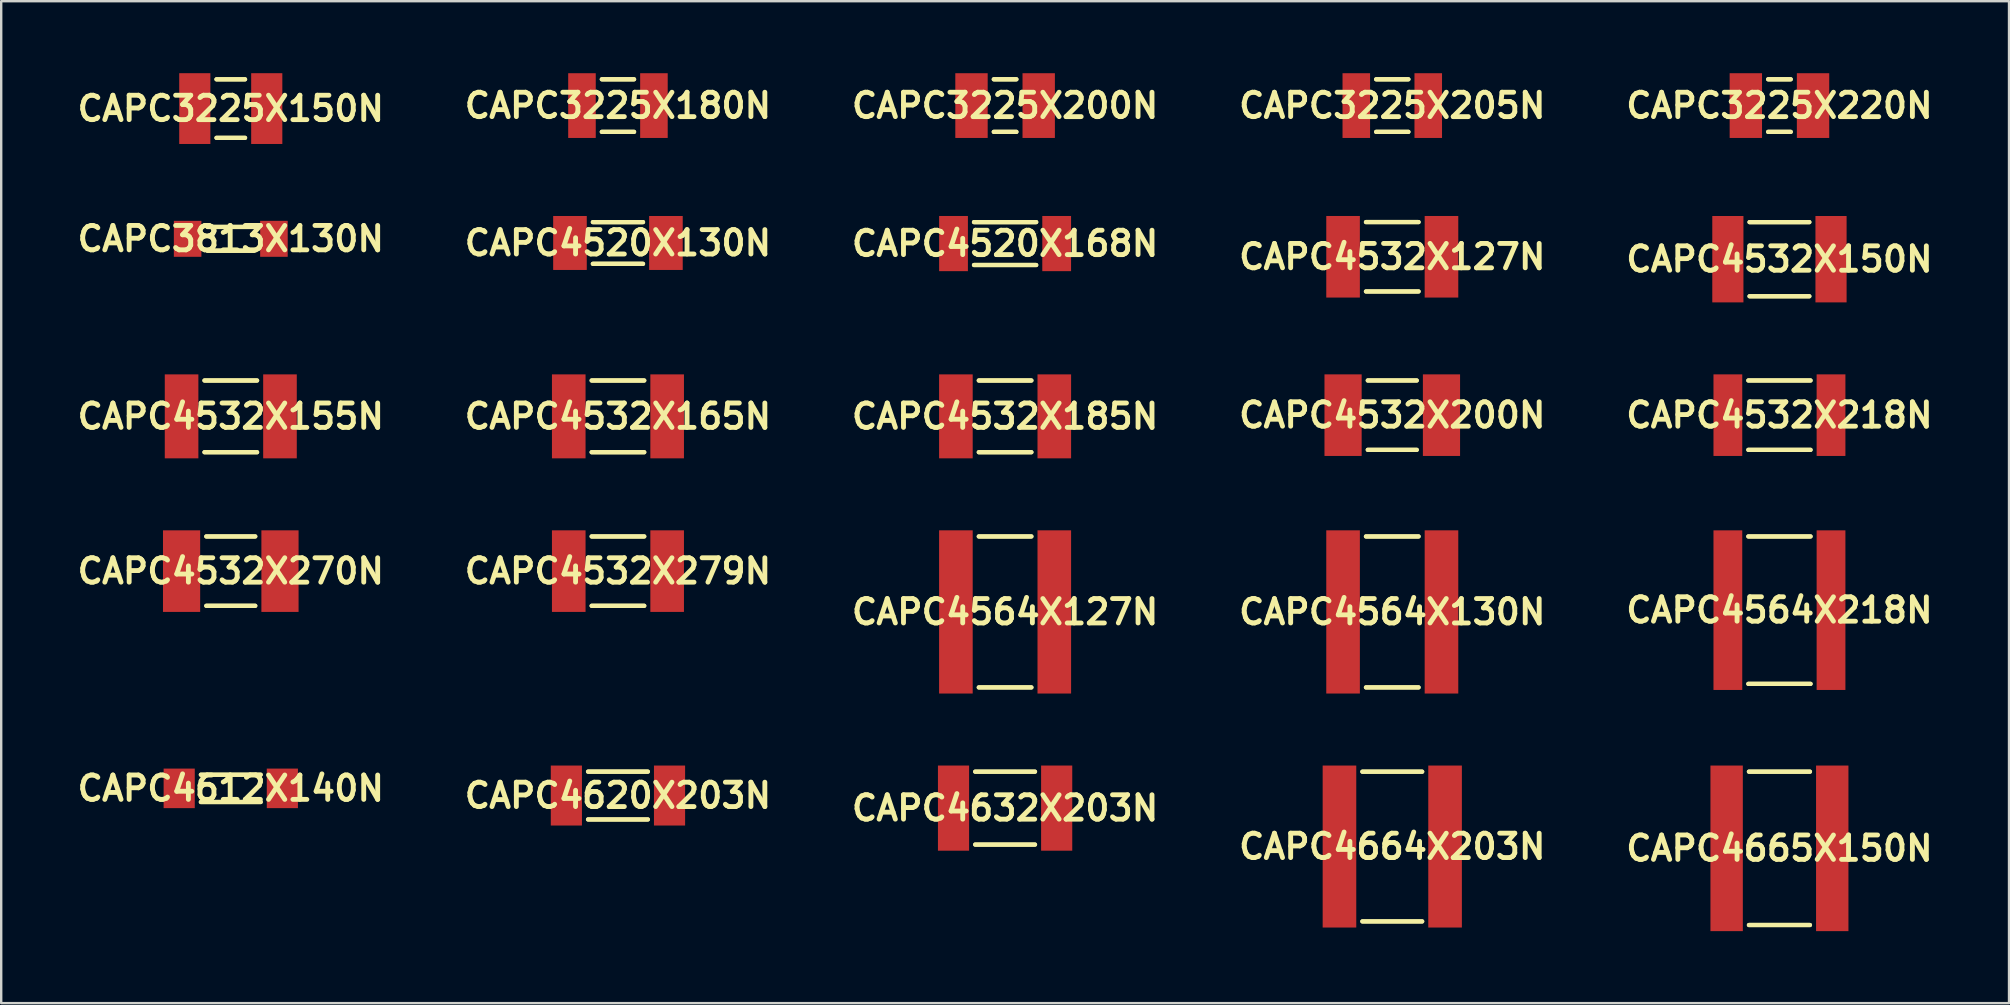
<source format=kicad_pcb>
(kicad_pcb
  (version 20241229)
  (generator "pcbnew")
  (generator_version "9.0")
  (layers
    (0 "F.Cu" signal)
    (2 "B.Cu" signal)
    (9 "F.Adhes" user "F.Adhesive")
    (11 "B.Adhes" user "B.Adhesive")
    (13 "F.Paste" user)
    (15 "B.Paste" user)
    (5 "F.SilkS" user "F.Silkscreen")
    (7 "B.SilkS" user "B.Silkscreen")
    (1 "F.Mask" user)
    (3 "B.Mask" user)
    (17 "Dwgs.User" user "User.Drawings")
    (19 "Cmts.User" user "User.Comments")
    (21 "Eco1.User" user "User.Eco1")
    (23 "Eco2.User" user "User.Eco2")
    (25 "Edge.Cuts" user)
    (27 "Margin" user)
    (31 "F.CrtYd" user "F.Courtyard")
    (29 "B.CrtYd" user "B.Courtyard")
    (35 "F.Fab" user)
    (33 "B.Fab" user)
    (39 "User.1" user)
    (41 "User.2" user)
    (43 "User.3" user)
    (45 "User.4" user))
  (footprint "CAPC4532X279N"
    (layer "F.Cu")
    (at 22.696 20.745)
    (property "Reference" "CAPC4532X279N" (at 0 0 0) (layer "F.SilkS") (effects (font (size 1.016 1.016) (thickness 0.203))))
    (attr smd)
    (fp_line (start -1.095 -1.445) (end 1.095 -1.445) (stroke (width 0.178) (type solid)) (layer "F.SilkS"))
    (fp_line (start -1.095 1.445) (end 1.095 1.445) (stroke (width 0.178) (type solid)) (layer "F.SilkS"))
    (fp_line (start 1.095 -1.445) (end -1.095 -1.445) (stroke (width 0.178) (type solid)) (layer "F.SilkS"))
    (fp_line (start 1.095 1.445) (end -1.095 1.445) (stroke (width 0.178) (type solid)) (layer "F.SilkS"))
    (pad "1" smd rect (at -2.05 0) (size 1.4 3.399) (layers "F.Cu" "F.Mask" "F.Paste"))
    (pad "2" smd rect (at 2.05 0) (size 1.4 3.399) (layers "F.Cu" "F.Mask" "F.Paste")))
  (footprint "CAPC4564X127N"
    (layer "F.Cu")
    (at 38.826 22.445)
    (property "Reference" "CAPC4564X127N" (at 0 0 0) (layer "F.SilkS") (effects (font (size 1.016 1.016) (thickness 0.203))))
    (attr smd)
    (fp_line (start -1.095 -3.145) (end 1.095 -3.145) (stroke (width 0.178) (type solid)) (layer "F.SilkS"))
    (fp_line (start -1.095 3.145) (end 1.095 3.145) (stroke (width 0.178) (type solid)) (layer "F.SilkS"))
    (fp_line (start 1.095 -3.145) (end -1.095 -3.145) (stroke (width 0.178) (type solid)) (layer "F.SilkS"))
    (fp_line (start 1.095 3.145) (end -1.095 3.145) (stroke (width 0.178) (type solid)) (layer "F.SilkS"))
    (pad "1" smd rect (at -2.05 0) (size 1.4 6.8) (layers "F.Cu" "F.Mask" "F.Paste"))
    (pad "2" smd rect (at 2.05 0) (size 1.4 6.8) (layers "F.Cu" "F.Mask" "F.Paste")))
  (footprint "CAPC4632X203N"
    (layer "F.Cu")
    (at 38.826 30.619)
    (property "Reference" "CAPC4632X203N" (at 0 0 0) (layer "F.SilkS") (effects (font (size 1.016 1.016) (thickness 0.203))))
    (attr smd)
    (fp_line (start -1.245 -1.519) (end 1.245 -1.519) (stroke (width 0.178) (type solid)) (layer "F.SilkS"))
    (fp_line (start -1.245 1.519) (end 1.245 1.519) (stroke (width 0.178) (type solid)) (layer "F.SilkS"))
    (fp_line (start 1.245 -1.519) (end -1.245 -1.519) (stroke (width 0.178) (type solid)) (layer "F.SilkS"))
    (fp_line (start 1.245 1.519) (end -1.245 1.519) (stroke (width 0.178) (type solid)) (layer "F.SilkS"))
    (pad "1" smd rect (at -2.149 0) (size 1.298 3.548) (layers "F.Cu" "F.Mask" "F.Paste"))
    (pad "2" smd rect (at 2.149 0) (size 1.298 3.548) (layers "F.Cu" "F.Mask" "F.Paste")))
  (footprint "CAPC4520X130N"
    (layer "F.Cu")
    (at 22.696 7.073)
    (property "Reference" "CAPC4520X130N" (at 0 0 0) (layer "F.SilkS") (effects (font (size 1.016 1.016) (thickness 0.203))))
    (attr smd)
    (fp_line (start -1.044 -0.869) (end 1.044 -0.869) (stroke (width 0.178) (type solid)) (layer "F.SilkS"))
    (fp_line (start -1.044 0.869) (end 1.044 0.869) (stroke (width 0.178) (type solid)) (layer "F.SilkS"))
    (fp_line (start 1.044 -0.869) (end -1.044 -0.869) (stroke (width 0.178) (type solid)) (layer "F.SilkS"))
    (fp_line (start 1.044 0.869) (end -1.044 0.869) (stroke (width 0.178) (type solid)) (layer "F.SilkS"))
    (pad "1" smd rect (at -1.999 0) (size 1.4 2.248) (layers "F.Cu" "F.Mask" "F.Paste"))
    (pad "2" smd rect (at 1.999 0) (size 1.4 2.248) (layers "F.Cu" "F.Mask" "F.Paste")))
  (footprint "CAPC4532X185N"
    (layer "F.Cu")
    (at 38.826 14.297)
    (property "Reference" "CAPC4532X185N" (at 0 0 0) (layer "F.SilkS") (effects (font (size 1.016 1.016) (thickness 0.203))))
    (attr smd)
    (fp_line (start -1.095 -1.494) (end 1.095 -1.494) (stroke (width 0.178) (type solid)) (layer "F.SilkS"))
    (fp_line (start -1.095 1.494) (end 1.095 1.494) (stroke (width 0.178) (type solid)) (layer "F.SilkS"))
    (fp_line (start 1.095 -1.494) (end -1.095 -1.494) (stroke (width 0.178) (type solid)) (layer "F.SilkS"))
    (fp_line (start 1.095 1.494) (end -1.095 1.494) (stroke (width 0.178) (type solid)) (layer "F.SilkS"))
    (pad "1" smd rect (at -2.05 0) (size 1.4 3.498) (layers "F.Cu" "F.Mask" "F.Paste"))
    (pad "2" smd rect (at 2.05 0) (size 1.4 3.498) (layers "F.Cu" "F.Mask" "F.Paste")))
  (footprint "CAPC4532X200N"
    (layer "F.Cu")
    (at 54.957 14.247)
    (property "Reference" "CAPC4532X200N" (at 0 0 0) (layer "F.SilkS") (effects (font (size 1.016 1.016) (thickness 0.203))))
    (attr smd)
    (fp_line (start -1.019 -1.445) (end 1.019 -1.445) (stroke (width 0.178) (type solid)) (layer "F.SilkS"))
    (fp_line (start -1.019 1.445) (end 1.019 1.445) (stroke (width 0.178) (type solid)) (layer "F.SilkS"))
    (fp_line (start 1.019 -1.445) (end -1.019 -1.445) (stroke (width 0.178) (type solid)) (layer "F.SilkS"))
    (fp_line (start 1.019 1.445) (end -1.019 1.445) (stroke (width 0.178) (type solid)) (layer "F.SilkS"))
    (pad "1" smd rect (at -2.05 0) (size 1.549 3.399) (layers "F.Cu" "F.Mask" "F.Paste"))
    (pad "2" smd rect (at 2.05 0) (size 1.549 3.399) (layers "F.Cu" "F.Mask" "F.Paste")))
  (footprint "CAPC4532X127N"
    (layer "F.Cu")
    (at 54.957 7.648)
    (property "Reference" "CAPC4532X127N" (at 0 0 0) (layer "F.SilkS") (effects (font (size 1.016 1.016) (thickness 0.203))))
    (attr smd)
    (fp_line (start -1.095 -1.445) (end 1.095 -1.445) (stroke (width 0.178) (type solid)) (layer "F.SilkS"))
    (fp_line (start -1.095 1.445) (end 1.095 1.445) (stroke (width 0.178) (type solid)) (layer "F.SilkS"))
    (fp_line (start 1.095 -1.445) (end -1.095 -1.445) (stroke (width 0.178) (type solid)) (layer "F.SilkS"))
    (fp_line (start 1.095 1.445) (end -1.095 1.445) (stroke (width 0.178) (type solid)) (layer "F.SilkS"))
    (pad "1" smd rect (at -2.05 0) (size 1.4 3.399) (layers "F.Cu" "F.Mask" "F.Paste"))
    (pad "2" smd rect (at 2.05 0) (size 1.4 3.399) (layers "F.Cu" "F.Mask" "F.Paste")))
  (footprint "CAPC3225X200N"
    (layer "F.Cu")
    (at 38.826 1.349)
    (property "Reference" "CAPC3225X200N" (at 0 0 0) (layer "F.SilkS") (effects (font (size 1.016 1.016) (thickness 0.203))))
    (attr smd)
    (fp_line (start -0.47 -1.095) (end 0.47 -1.095) (stroke (width 0.178) (type solid)) (layer "F.SilkS"))
    (fp_line (start -0.47 1.095) (end 0.47 1.095) (stroke (width 0.178) (type solid)) (layer "F.SilkS"))
    (fp_line (start 0.47 -1.095) (end -0.47 -1.095) (stroke (width 0.178) (type solid)) (layer "F.SilkS"))
    (fp_line (start 0.47 1.095) (end -0.47 1.095) (stroke (width 0.178) (type solid)) (layer "F.SilkS"))
    (pad "1" smd rect (at -1.4 0) (size 1.349 2.697) (layers "F.Cu" "F.Mask" "F.Paste"))
    (pad "2" smd rect (at 1.4 0) (size 1.349 2.697) (layers "F.Cu" "F.Mask" "F.Paste")))
  (footprint "CAPC3225X180N"
    (layer "F.Cu")
    (at 22.696 1.349)
    (property "Reference" "CAPC3225X180N" (at 0 0 0) (layer "F.SilkS") (effects (font (size 1.016 1.016) (thickness 0.203))))
    (attr smd)
    (fp_line (start -0.671 -1.095) (end 0.671 -1.095) (stroke (width 0.178) (type solid)) (layer "F.SilkS"))
    (fp_line (start -0.671 1.095) (end 0.671 1.095) (stroke (width 0.178) (type solid)) (layer "F.SilkS"))
    (fp_line (start 0.671 -1.095) (end -0.671 -1.095) (stroke (width 0.178) (type solid)) (layer "F.SilkS"))
    (fp_line (start 0.671 1.095) (end -0.671 1.095) (stroke (width 0.178) (type solid)) (layer "F.SilkS"))
    (pad "1" smd rect (at -1.499 0) (size 1.148 2.697) (layers "F.Cu" "F.Mask" "F.Paste"))
    (pad "2" smd rect (at 1.499 0) (size 1.148 2.697) (layers "F.Cu" "F.Mask" "F.Paste")))
  (footprint "CAPC4612X140N"
    (layer "F.Cu")
    (at 6.565 29.796)
    (property "Reference" "CAPC4612X140N" (at 0 0 0) (layer "F.SilkS") (effects (font (size 1.016 1.016) (thickness 0.203))))
    (attr smd)
    (fp_line (start -1.245 -0.569) (end 1.245 -0.569) (stroke (width 0.178) (type solid)) (layer "F.SilkS"))
    (fp_line (start -1.245 0.569) (end 1.245 0.569) (stroke (width 0.178) (type solid)) (layer "F.SilkS"))
    (fp_line (start 1.245 -0.569) (end -1.245 -0.569) (stroke (width 0.178) (type solid)) (layer "F.SilkS"))
    (fp_line (start 1.245 0.569) (end -1.245 0.569) (stroke (width 0.178) (type solid)) (layer "F.SilkS"))
    (pad "1" smd rect (at -2.149 0) (size 1.298 1.648) (layers "F.Cu" "F.Mask" "F.Paste"))
    (pad "2" smd rect (at 2.149 0) (size 1.298 1.648) (layers "F.Cu" "F.Mask" "F.Paste")))
  (footprint "CAPC4564X130N"
    (layer "F.Cu")
    (at 54.957 22.445)
    (property "Reference" "CAPC4564X130N" (at 0 0 0) (layer "F.SilkS") (effects (font (size 1.016 1.016) (thickness 0.203))))
    (attr smd)
    (fp_line (start -1.095 -3.145) (end 1.095 -3.145) (stroke (width 0.178) (type solid)) (layer "F.SilkS"))
    (fp_line (start -1.095 3.145) (end 1.095 3.145) (stroke (width 0.178) (type solid)) (layer "F.SilkS"))
    (fp_line (start 1.095 -3.145) (end -1.095 -3.145) (stroke (width 0.178) (type solid)) (layer "F.SilkS"))
    (fp_line (start 1.095 3.145) (end -1.095 3.145) (stroke (width 0.178) (type solid)) (layer "F.SilkS"))
    (pad "1" smd rect (at -2.05 0) (size 1.4 6.8) (layers "F.Cu" "F.Mask" "F.Paste"))
    (pad "2" smd rect (at 2.05 0) (size 1.4 6.8) (layers "F.Cu" "F.Mask" "F.Paste")))
  (footprint "CAPC4532X270N"
    (layer "F.Cu")
    (at 6.565 20.745)
    (property "Reference" "CAPC4532X270N" (at 0 0 0) (layer "F.SilkS") (effects (font (size 1.016 1.016) (thickness 0.203))))
    (attr smd)
    (fp_line (start -1.019 -1.445) (end 1.019 -1.445) (stroke (width 0.178) (type solid)) (layer "F.SilkS"))
    (fp_line (start -1.019 1.445) (end 1.019 1.445) (stroke (width 0.178) (type solid)) (layer "F.SilkS"))
    (fp_line (start 1.019 -1.445) (end -1.019 -1.445) (stroke (width 0.178) (type solid)) (layer "F.SilkS"))
    (fp_line (start 1.019 1.445) (end -1.019 1.445) (stroke (width 0.178) (type solid)) (layer "F.SilkS"))
    (pad "1" smd rect (at -2.05 0) (size 1.549 3.399) (layers "F.Cu" "F.Mask" "F.Paste"))
    (pad "2" smd rect (at 2.05 0) (size 1.549 3.399) (layers "F.Cu" "F.Mask" "F.Paste")))
  (footprint "CAPC4620X203N"
    (layer "F.Cu")
    (at 22.696 30.095)
    (property "Reference" "CAPC4620X203N" (at 0 0 0) (layer "F.SilkS") (effects (font (size 1.016 1.016) (thickness 0.203))))
    (attr smd)
    (fp_line (start -1.245 -0.996) (end 1.245 -0.996) (stroke (width 0.178) (type solid)) (layer "F.SilkS"))
    (fp_line (start -1.245 0.996) (end 1.245 0.996) (stroke (width 0.178) (type solid)) (layer "F.SilkS"))
    (fp_line (start 1.245 -0.996) (end -1.245 -0.996) (stroke (width 0.178) (type solid)) (layer "F.SilkS"))
    (fp_line (start 1.245 0.996) (end -1.245 0.996) (stroke (width 0.178) (type solid)) (layer "F.SilkS"))
    (pad "1" smd rect (at -2.149 0) (size 1.298 2.499) (layers "F.Cu" "F.Mask" "F.Paste"))
    (pad "2" smd rect (at 2.149 0) (size 1.298 2.499) (layers "F.Cu" "F.Mask" "F.Paste")))
  (footprint "CAPC4564X218N"
    (layer "F.Cu")
    (at 71.088 22.371)
    (property "Reference" "CAPC4564X218N" (at 0 0 0) (layer "F.SilkS") (effects (font (size 1.016 1.016) (thickness 0.203))))
    (attr smd)
    (fp_line (start -1.295 -3.071) (end 1.295 -3.071) (stroke (width 0.178) (type solid)) (layer "F.SilkS"))
    (fp_line (start -1.295 3.071) (end 1.295 3.071) (stroke (width 0.178) (type solid)) (layer "F.SilkS"))
    (fp_line (start 1.295 -3.071) (end -1.295 -3.071) (stroke (width 0.178) (type solid)) (layer "F.SilkS"))
    (fp_line (start 1.295 3.071) (end -1.295 3.071) (stroke (width 0.178) (type solid)) (layer "F.SilkS"))
    (pad "1" smd rect (at -2.149 0) (size 1.199 6.65) (layers "F.Cu" "F.Mask" "F.Paste"))
    (pad "2" smd rect (at 2.149 0) (size 1.199 6.65) (layers "F.Cu" "F.Mask" "F.Paste")))
  (footprint "CAPC4532X218N"
    (layer "F.Cu")
    (at 71.088 14.247)
    (property "Reference" "CAPC4532X218N" (at 0 0 0) (layer "F.SilkS") (effects (font (size 1.016 1.016) (thickness 0.203))))
    (attr smd)
    (fp_line (start -1.295 -1.445) (end 1.295 -1.445) (stroke (width 0.178) (type solid)) (layer "F.SilkS"))
    (fp_line (start -1.295 1.445) (end 1.295 1.445) (stroke (width 0.178) (type solid)) (layer "F.SilkS"))
    (fp_line (start 1.295 -1.445) (end -1.295 -1.445) (stroke (width 0.178) (type solid)) (layer "F.SilkS"))
    (fp_line (start 1.295 1.445) (end -1.295 1.445) (stroke (width 0.178) (type solid)) (layer "F.SilkS"))
    (pad "1" smd rect (at -2.149 0) (size 1.199 3.399) (layers "F.Cu" "F.Mask" "F.Paste"))
    (pad "2" smd rect (at 2.149 0) (size 1.199 3.399) (layers "F.Cu" "F.Mask" "F.Paste")))
  (footprint "CAPC4665X150N"
    (layer "F.Cu")
    (at 71.088 32.295)
    (property "Reference" "CAPC4665X150N" (at 0 0 0) (layer "F.SilkS") (effects (font (size 1.016 1.016) (thickness 0.203))))
    (attr smd)
    (fp_line (start -1.27 -3.195) (end 1.27 -3.195) (stroke (width 0.178) (type solid)) (layer "F.SilkS"))
    (fp_line (start -1.27 3.195) (end 1.27 3.195) (stroke (width 0.178) (type solid)) (layer "F.SilkS"))
    (fp_line (start 1.27 -3.195) (end -1.27 -3.195) (stroke (width 0.178) (type solid)) (layer "F.SilkS"))
    (fp_line (start 1.27 3.195) (end -1.27 3.195) (stroke (width 0.178) (type solid)) (layer "F.SilkS"))
    (pad "1" smd rect (at -2.2 0) (size 1.349 6.899) (layers "F.Cu" "F.Mask" "F.Paste"))
    (pad "2" smd rect (at 2.2 0) (size 1.349 6.899) (layers "F.Cu" "F.Mask" "F.Paste")))
  (footprint "CAPC3225X220N"
    (layer "F.Cu")
    (at 71.088 1.349)
    (property "Reference" "CAPC3225X220N" (at 0 0 0) (layer "F.SilkS") (effects (font (size 1.016 1.016) (thickness 0.203))))
    (attr smd)
    (fp_line (start -0.47 -1.095) (end 0.47 -1.095) (stroke (width 0.178) (type solid)) (layer "F.SilkS"))
    (fp_line (start -0.47 1.095) (end 0.47 1.095) (stroke (width 0.178) (type solid)) (layer "F.SilkS"))
    (fp_line (start 0.47 -1.095) (end -0.47 -1.095) (stroke (width 0.178) (type solid)) (layer "F.SilkS"))
    (fp_line (start 0.47 1.095) (end -0.47 1.095) (stroke (width 0.178) (type solid)) (layer "F.SilkS"))
    (pad "1" smd rect (at -1.4 0) (size 1.349 2.697) (layers "F.Cu" "F.Mask" "F.Paste"))
    (pad "2" smd rect (at 1.4 0) (size 1.349 2.697) (layers "F.Cu" "F.Mask" "F.Paste")))
  (footprint "CAPC4664X203N"
    (layer "F.Cu")
    (at 54.957 32.22)
    (property "Reference" "CAPC4664X203N" (at 0 0 0) (layer "F.SilkS") (effects (font (size 1.016 1.016) (thickness 0.203))))
    (attr smd)
    (fp_line (start -1.245 -3.119) (end 1.245 -3.119) (stroke (width 0.178) (type solid)) (layer "F.SilkS"))
    (fp_line (start -1.245 3.119) (end 1.245 3.119) (stroke (width 0.178) (type solid)) (layer "F.SilkS"))
    (fp_line (start 1.245 -3.119) (end -1.245 -3.119) (stroke (width 0.178) (type solid)) (layer "F.SilkS"))
    (fp_line (start 1.245 3.119) (end -1.245 3.119) (stroke (width 0.178) (type solid)) (layer "F.SilkS"))
    (pad "1" smd rect (at -2.2 0) (size 1.4 6.749) (layers "F.Cu" "F.Mask" "F.Paste"))
    (pad "2" smd rect (at 2.2 0) (size 1.4 6.749) (layers "F.Cu" "F.Mask" "F.Paste")))
  (footprint "CAPC4532X165N"
    (layer "F.Cu")
    (at 22.696 14.297)
    (property "Reference" "CAPC4532X165N" (at 0 0 0) (layer "F.SilkS") (effects (font (size 1.016 1.016) (thickness 0.203))))
    (attr smd)
    (fp_line (start -1.095 -1.494) (end 1.095 -1.494) (stroke (width 0.178) (type solid)) (layer "F.SilkS"))
    (fp_line (start -1.095 1.494) (end 1.095 1.494) (stroke (width 0.178) (type solid)) (layer "F.SilkS"))
    (fp_line (start 1.095 -1.494) (end -1.095 -1.494) (stroke (width 0.178) (type solid)) (layer "F.SilkS"))
    (fp_line (start 1.095 1.494) (end -1.095 1.494) (stroke (width 0.178) (type solid)) (layer "F.SilkS"))
    (pad "1" smd rect (at -2.05 0) (size 1.4 3.498) (layers "F.Cu" "F.Mask" "F.Paste"))
    (pad "2" smd rect (at 2.05 0) (size 1.4 3.498) (layers "F.Cu" "F.Mask" "F.Paste")))
  (footprint "CAPC3225X205N"
    (layer "F.Cu")
    (at 54.957 1.349)
    (property "Reference" "CAPC3225X205N" (at 0 0 0) (layer "F.SilkS") (effects (font (size 1.016 1.016) (thickness 0.203))))
    (attr smd)
    (fp_line (start -0.671 -1.095) (end 0.671 -1.095) (stroke (width 0.178) (type solid)) (layer "F.SilkS"))
    (fp_line (start -0.671 1.095) (end 0.671 1.095) (stroke (width 0.178) (type solid)) (layer "F.SilkS"))
    (fp_line (start 0.671 -1.095) (end -0.671 -1.095) (stroke (width 0.178) (type solid)) (layer "F.SilkS"))
    (fp_line (start 0.671 1.095) (end -0.671 1.095) (stroke (width 0.178) (type solid)) (layer "F.SilkS"))
    (pad "1" smd rect (at -1.499 0) (size 1.148 2.697) (layers "F.Cu" "F.Mask" "F.Paste"))
    (pad "2" smd rect (at 1.499 0) (size 1.148 2.697) (layers "F.Cu" "F.Mask" "F.Paste")))
  (footprint "CAPC4520X168N"
    (layer "F.Cu")
    (at 38.826 7.098)
    (property "Reference" "CAPC4520X168N" (at 0 0 0) (layer "F.SilkS") (effects (font (size 1.016 1.016) (thickness 0.203))))
    (attr smd)
    (fp_line (start -1.295 -0.894) (end 1.295 -0.894) (stroke (width 0.178) (type solid)) (layer "F.SilkS"))
    (fp_line (start -1.295 0.894) (end 1.295 0.894) (stroke (width 0.178) (type solid)) (layer "F.SilkS"))
    (fp_line (start 1.295 -0.894) (end -1.295 -0.894) (stroke (width 0.178) (type solid)) (layer "F.SilkS"))
    (fp_line (start 1.295 0.894) (end -1.295 0.894) (stroke (width 0.178) (type solid)) (layer "F.SilkS"))
    (pad "1" smd rect (at -2.149 0) (size 1.199 2.299) (layers "F.Cu" "F.Mask" "F.Paste"))
    (pad "2" smd rect (at 2.149 0) (size 1.199 2.299) (layers "F.Cu" "F.Mask" "F.Paste")))
  (footprint "CAPC3813X130N"
    (layer "F.Cu")
    (at 6.565 6.9)
    (property "Reference" "CAPC3813X130N" (at 0 0 0) (layer "F.SilkS") (effects (font (size 1.016 1.016) (thickness 0.203))))
    (attr smd)
    (fp_line (start -0.97 -0.495) (end 0.97 -0.495) (stroke (width 0.178) (type solid)) (layer "F.SilkS"))
    (fp_line (start -0.97 0.495) (end 0.97 0.495) (stroke (width 0.178) (type solid)) (layer "F.SilkS"))
    (fp_line (start 0.97 -0.495) (end -0.97 -0.495) (stroke (width 0.178) (type solid)) (layer "F.SilkS"))
    (fp_line (start 0.97 0.495) (end -0.97 0.495) (stroke (width 0.178) (type solid)) (layer "F.SilkS"))
    (pad "1" smd rect (at -1.798 0) (size 1.148 1.499) (layers "F.Cu" "F.Mask" "F.Paste"))
    (pad "2" smd rect (at 1.798 0) (size 1.148 1.499) (layers "F.Cu" "F.Mask" "F.Paste")))
  (footprint "CAPC4532X150N"
    (layer "F.Cu")
    (at 71.088 7.749)
    (property "Reference" "CAPC4532X150N" (at 0 0 0) (layer "F.SilkS") (effects (font (size 1.016 1.016) (thickness 0.203))))
    (attr smd)
    (fp_line (start -1.245 -1.544) (end 1.245 -1.544) (stroke (width 0.178) (type solid)) (layer "F.SilkS"))
    (fp_line (start -1.245 1.544) (end 1.245 1.544) (stroke (width 0.178) (type solid)) (layer "F.SilkS"))
    (fp_line (start 1.245 -1.544) (end -1.245 -1.544) (stroke (width 0.178) (type solid)) (layer "F.SilkS"))
    (fp_line (start 1.245 1.544) (end -1.245 1.544) (stroke (width 0.178) (type solid)) (layer "F.SilkS"))
    (pad "1" smd rect (at -2.149 0) (size 1.298 3.599) (layers "F.Cu" "F.Mask" "F.Paste"))
    (pad "2" smd rect (at 2.149 0) (size 1.298 3.599) (layers "F.Cu" "F.Mask" "F.Paste")))
  (footprint "CAPC4532X155N"
    (layer "F.Cu")
    (at 6.565 14.297)
    (property "Reference" "CAPC4532X155N" (at 0 0 0) (layer "F.SilkS") (effects (font (size 1.016 1.016) (thickness 0.203))))
    (attr smd)
    (fp_line (start -1.095 -1.494) (end 1.095 -1.494) (stroke (width 0.178) (type solid)) (layer "F.SilkS"))
    (fp_line (start -1.095 1.494) (end 1.095 1.494) (stroke (width 0.178) (type solid)) (layer "F.SilkS"))
    (fp_line (start 1.095 -1.494) (end -1.095 -1.494) (stroke (width 0.178) (type solid)) (layer "F.SilkS"))
    (fp_line (start 1.095 1.494) (end -1.095 1.494) (stroke (width 0.178) (type solid)) (layer "F.SilkS"))
    (pad "1" smd rect (at -2.05 0) (size 1.4 3.498) (layers "F.Cu" "F.Mask" "F.Paste"))
    (pad "2" smd rect (at 2.05 0) (size 1.4 3.498) (layers "F.Cu" "F.Mask" "F.Paste")))
  (footprint "CAPC3225X150N"
    (layer "F.Cu")
    (at 6.565 1.474)
    (property "Reference" "CAPC3225X150N" (at 0 0 0) (layer "F.SilkS") (effects (font (size 1.016 1.016) (thickness 0.203))))
    (attr smd)
    (fp_line (start -0.594 -1.219) (end 0.594 -1.219) (stroke (width 0.178) (type solid)) (layer "F.SilkS"))
    (fp_line (start -0.594 1.219) (end 0.594 1.219) (stroke (width 0.178) (type solid)) (layer "F.SilkS"))
    (fp_line (start 0.594 -1.219) (end -0.594 -1.219) (stroke (width 0.178) (type solid)) (layer "F.SilkS"))
    (fp_line (start 0.594 1.219) (end -0.594 1.219) (stroke (width 0.178) (type solid)) (layer "F.SilkS"))
    (pad "1" smd rect (at -1.499 0) (size 1.298 2.949) (layers "F.Cu" "F.Mask" "F.Paste"))
    (pad "2" smd rect (at 1.499 0) (size 1.298 2.949) (layers "F.Cu" "F.Mask" "F.Paste")))
  (gr_rect
    (start -3 -3)
    (end 80.653 38.744)
    (stroke (width 0.1) (type default))
    (fill no)
    (layer "Edge.Cuts")))
</source>
